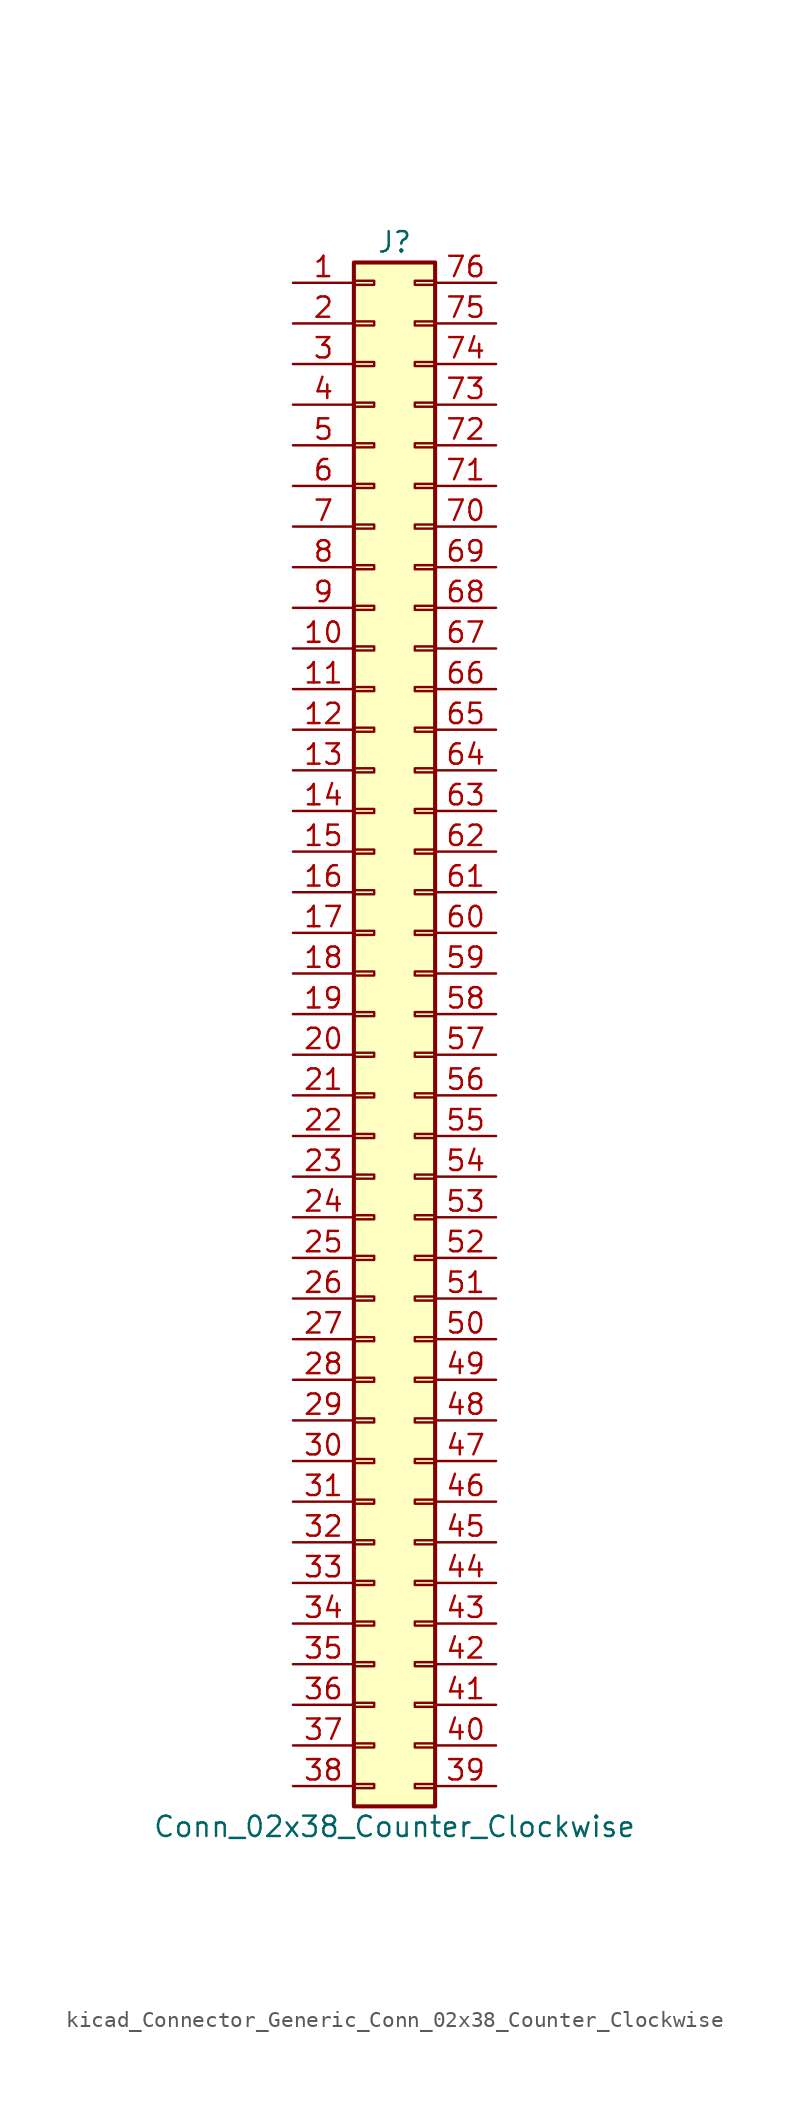
<source format=kicad_sym>
(kicad_symbol_lib
  (version 20220914)
  (generator kicad_symbol_editor)
  (symbol "kicad_Connector_Generic_Conn_02x38_Counter_Clockwise"
    (pin_names
      (offset 1.016) hide)
    (property "Reference" "J"
      (at 1.27 48.26 0)
      (effects (font (size 1.27 1.27))))
    (property "Value" "Conn_02x38_Counter_Clockwise"
      (at 1.27 -50.8 0)
      (effects (font (size 1.27 1.27))))
    (symbol "kicad_Connector_Generic_Conn_02x38_Counter_Clockwise_1_1"
      (rectangle (start -1.27 -48.133) (end 0 -48.387) (stroke (width 0.152) (type default)) (fill (type none)))
      (rectangle (start -1.27 -45.593) (end 0 -45.847) (stroke (width 0.152) (type default)) (fill (type none)))
      (rectangle (start -1.27 -43.053) (end 0 -43.307) (stroke (width 0.152) (type default)) (fill (type none)))
      (rectangle (start -1.27 -40.513) (end 0 -40.767) (stroke (width 0.152) (type default)) (fill (type none)))
      (rectangle (start -1.27 -37.973) (end 0 -38.227) (stroke (width 0.152) (type default)) (fill (type none)))
      (rectangle (start -1.27 -35.433) (end 0 -35.687) (stroke (width 0.152) (type default)) (fill (type none)))
      (rectangle (start -1.27 -32.893) (end 0 -33.147) (stroke (width 0.152) (type default)) (fill (type none)))
      (rectangle (start -1.27 -30.353) (end 0 -30.607) (stroke (width 0.152) (type default)) (fill (type none)))
      (rectangle (start -1.27 -27.813) (end 0 -28.067) (stroke (width 0.152) (type default)) (fill (type none)))
      (rectangle (start -1.27 -25.273) (end 0 -25.527) (stroke (width 0.152) (type default)) (fill (type none)))
      (rectangle (start -1.27 -22.733) (end 0 -22.987) (stroke (width 0.152) (type default)) (fill (type none)))
      (rectangle (start -1.27 -20.193) (end 0 -20.447) (stroke (width 0.152) (type default)) (fill (type none)))
      (rectangle (start -1.27 -17.653) (end 0 -17.907) (stroke (width 0.152) (type default)) (fill (type none)))
      (rectangle (start -1.27 -15.113) (end 0 -15.367) (stroke (width 0.152) (type default)) (fill (type none)))
      (rectangle (start -1.27 -12.573) (end 0 -12.827) (stroke (width 0.152) (type default)) (fill (type none)))
      (rectangle (start -1.27 -10.033) (end 0 -10.287) (stroke (width 0.152) (type default)) (fill (type none)))
      (rectangle (start -1.27 -7.493) (end 0 -7.747) (stroke (width 0.152) (type default)) (fill (type none)))
      (rectangle (start -1.27 -4.953) (end 0 -5.207) (stroke (width 0.152) (type default)) (fill (type none)))
      (rectangle (start -1.27 -2.413) (end 0 -2.667) (stroke (width 0.152) (type default)) (fill (type none)))
      (rectangle (start -1.27 0.127) (end 0 -0.127) (stroke (width 0.152) (type default)) (fill (type none)))
      (rectangle (start -1.27 2.667) (end 0 2.413) (stroke (width 0.152) (type default)) (fill (type none)))
      (rectangle (start -1.27 5.207) (end 0 4.953) (stroke (width 0.152) (type default)) (fill (type none)))
      (rectangle (start -1.27 7.747) (end 0 7.493) (stroke (width 0.152) (type default)) (fill (type none)))
      (rectangle (start -1.27 10.287) (end 0 10.033) (stroke (width 0.152) (type default)) (fill (type none)))
      (rectangle (start -1.27 12.827) (end 0 12.573) (stroke (width 0.152) (type default)) (fill (type none)))
      (rectangle (start -1.27 15.367) (end 0 15.113) (stroke (width 0.152) (type default)) (fill (type none)))
      (rectangle (start -1.27 17.907) (end 0 17.653) (stroke (width 0.152) (type default)) (fill (type none)))
      (rectangle (start -1.27 20.447) (end 0 20.193) (stroke (width 0.152) (type default)) (fill (type none)))
      (rectangle (start -1.27 22.987) (end 0 22.733) (stroke (width 0.152) (type default)) (fill (type none)))
      (rectangle (start -1.27 25.527) (end 0 25.273) (stroke (width 0.152) (type default)) (fill (type none)))
      (rectangle (start -1.27 28.067) (end 0 27.813) (stroke (width 0.152) (type default)) (fill (type none)))
      (rectangle (start -1.27 30.607) (end 0 30.353) (stroke (width 0.152) (type default)) (fill (type none)))
      (rectangle (start -1.27 33.147) (end 0 32.893) (stroke (width 0.152) (type default)) (fill (type none)))
      (rectangle (start -1.27 35.687) (end 0 35.433) (stroke (width 0.152) (type default)) (fill (type none)))
      (rectangle (start -1.27 38.227) (end 0 37.973) (stroke (width 0.152) (type default)) (fill (type none)))
      (rectangle (start -1.27 40.767) (end 0 40.513) (stroke (width 0.152) (type default)) (fill (type none)))
      (rectangle (start -1.27 43.307) (end 0 43.053) (stroke (width 0.152) (type default)) (fill (type none)))
      (rectangle (start -1.27 45.847) (end 0 45.593) (stroke (width 0.152) (type default)) (fill (type none)))
      (rectangle (start -1.27 46.99) (end 3.81 -49.53) (stroke (width 0.254) (type default)) (fill (type background)))
      (rectangle (start 3.81 -48.133) (end 2.54 -48.387) (stroke (width 0.152) (type default)) (fill (type none)))
      (rectangle (start 3.81 -45.593) (end 2.54 -45.847) (stroke (width 0.152) (type default)) (fill (type none)))
      (rectangle (start 3.81 -43.053) (end 2.54 -43.307) (stroke (width 0.152) (type default)) (fill (type none)))
      (rectangle (start 3.81 -40.513) (end 2.54 -40.767) (stroke (width 0.152) (type default)) (fill (type none)))
      (rectangle (start 3.81 -37.973) (end 2.54 -38.227) (stroke (width 0.152) (type default)) (fill (type none)))
      (rectangle (start 3.81 -35.433) (end 2.54 -35.687) (stroke (width 0.152) (type default)) (fill (type none)))
      (rectangle (start 3.81 -32.893) (end 2.54 -33.147) (stroke (width 0.152) (type default)) (fill (type none)))
      (rectangle (start 3.81 -30.353) (end 2.54 -30.607) (stroke (width 0.152) (type default)) (fill (type none)))
      (rectangle (start 3.81 -27.813) (end 2.54 -28.067) (stroke (width 0.152) (type default)) (fill (type none)))
      (rectangle (start 3.81 -25.273) (end 2.54 -25.527) (stroke (width 0.152) (type default)) (fill (type none)))
      (rectangle (start 3.81 -22.733) (end 2.54 -22.987) (stroke (width 0.152) (type default)) (fill (type none)))
      (rectangle (start 3.81 -20.193) (end 2.54 -20.447) (stroke (width 0.152) (type default)) (fill (type none)))
      (rectangle (start 3.81 -17.653) (end 2.54 -17.907) (stroke (width 0.152) (type default)) (fill (type none)))
      (rectangle (start 3.81 -15.113) (end 2.54 -15.367) (stroke (width 0.152) (type default)) (fill (type none)))
      (rectangle (start 3.81 -12.573) (end 2.54 -12.827) (stroke (width 0.152) (type default)) (fill (type none)))
      (rectangle (start 3.81 -10.033) (end 2.54 -10.287) (stroke (width 0.152) (type default)) (fill (type none)))
      (rectangle (start 3.81 -7.493) (end 2.54 -7.747) (stroke (width 0.152) (type default)) (fill (type none)))
      (rectangle (start 3.81 -4.953) (end 2.54 -5.207) (stroke (width 0.152) (type default)) (fill (type none)))
      (rectangle (start 3.81 -2.413) (end 2.54 -2.667) (stroke (width 0.152) (type default)) (fill (type none)))
      (rectangle (start 3.81 0.127) (end 2.54 -0.127) (stroke (width 0.152) (type default)) (fill (type none)))
      (rectangle (start 3.81 2.667) (end 2.54 2.413) (stroke (width 0.152) (type default)) (fill (type none)))
      (rectangle (start 3.81 5.207) (end 2.54 4.953) (stroke (width 0.152) (type default)) (fill (type none)))
      (rectangle (start 3.81 7.747) (end 2.54 7.493) (stroke (width 0.152) (type default)) (fill (type none)))
      (rectangle (start 3.81 10.287) (end 2.54 10.033) (stroke (width 0.152) (type default)) (fill (type none)))
      (rectangle (start 3.81 12.827) (end 2.54 12.573) (stroke (width 0.152) (type default)) (fill (type none)))
      (rectangle (start 3.81 15.367) (end 2.54 15.113) (stroke (width 0.152) (type default)) (fill (type none)))
      (rectangle (start 3.81 17.907) (end 2.54 17.653) (stroke (width 0.152) (type default)) (fill (type none)))
      (rectangle (start 3.81 20.447) (end 2.54 20.193) (stroke (width 0.152) (type default)) (fill (type none)))
      (rectangle (start 3.81 22.987) (end 2.54 22.733) (stroke (width 0.152) (type default)) (fill (type none)))
      (rectangle (start 3.81 25.527) (end 2.54 25.273) (stroke (width 0.152) (type default)) (fill (type none)))
      (rectangle (start 3.81 28.067) (end 2.54 27.813) (stroke (width 0.152) (type default)) (fill (type none)))
      (rectangle (start 3.81 30.607) (end 2.54 30.353) (stroke (width 0.152) (type default)) (fill (type none)))
      (rectangle (start 3.81 33.147) (end 2.54 32.893) (stroke (width 0.152) (type default)) (fill (type none)))
      (rectangle (start 3.81 35.687) (end 2.54 35.433) (stroke (width 0.152) (type default)) (fill (type none)))
      (rectangle (start 3.81 38.227) (end 2.54 37.973) (stroke (width 0.152) (type default)) (fill (type none)))
      (rectangle (start 3.81 40.767) (end 2.54 40.513) (stroke (width 0.152) (type default)) (fill (type none)))
      (rectangle (start 3.81 43.307) (end 2.54 43.053) (stroke (width 0.152) (type default)) (fill (type none)))
      (rectangle (start 3.81 45.847) (end 2.54 45.593) (stroke (width 0.152) (type default)) (fill (type none)))
      (pin passive line (at -5.08 45.72 0) (length 3.81) (name "Pin_1" (effects (font (size 1.27 1.27)))) (number "1" (effects (font (size 1.27 1.27)))))
      (pin passive line (at -5.08 22.86 0) (length 3.81) (name "Pin_10" (effects (font (size 1.27 1.27)))) (number "10" (effects (font (size 1.27 1.27)))))
      (pin passive line (at -5.08 20.32 0) (length 3.81) (name "Pin_11" (effects (font (size 1.27 1.27)))) (number "11" (effects (font (size 1.27 1.27)))))
      (pin passive line (at -5.08 17.78 0) (length 3.81) (name "Pin_12" (effects (font (size 1.27 1.27)))) (number "12" (effects (font (size 1.27 1.27)))))
      (pin passive line (at -5.08 15.24 0) (length 3.81) (name "Pin_13" (effects (font (size 1.27 1.27)))) (number "13" (effects (font (size 1.27 1.27)))))
      (pin passive line (at -5.08 12.7 0) (length 3.81) (name "Pin_14" (effects (font (size 1.27 1.27)))) (number "14" (effects (font (size 1.27 1.27)))))
      (pin passive line (at -5.08 10.16 0) (length 3.81) (name "Pin_15" (effects (font (size 1.27 1.27)))) (number "15" (effects (font (size 1.27 1.27)))))
      (pin passive line (at -5.08 7.62 0) (length 3.81) (name "Pin_16" (effects (font (size 1.27 1.27)))) (number "16" (effects (font (size 1.27 1.27)))))
      (pin passive line (at -5.08 5.08 0) (length 3.81) (name "Pin_17" (effects (font (size 1.27 1.27)))) (number "17" (effects (font (size 1.27 1.27)))))
      (pin passive line (at -5.08 2.54 0) (length 3.81) (name "Pin_18" (effects (font (size 1.27 1.27)))) (number "18" (effects (font (size 1.27 1.27)))))
      (pin passive line (at -5.08 0 0) (length 3.81) (name "Pin_19" (effects (font (size 1.27 1.27)))) (number "19" (effects (font (size 1.27 1.27)))))
      (pin passive line (at -5.08 43.18 0) (length 3.81) (name "Pin_2" (effects (font (size 1.27 1.27)))) (number "2" (effects (font (size 1.27 1.27)))))
      (pin passive line (at -5.08 -2.54 0) (length 3.81) (name "Pin_20" (effects (font (size 1.27 1.27)))) (number "20" (effects (font (size 1.27 1.27)))))
      (pin passive line (at -5.08 -5.08 0) (length 3.81) (name "Pin_21" (effects (font (size 1.27 1.27)))) (number "21" (effects (font (size 1.27 1.27)))))
      (pin passive line (at -5.08 -7.62 0) (length 3.81) (name "Pin_22" (effects (font (size 1.27 1.27)))) (number "22" (effects (font (size 1.27 1.27)))))
      (pin passive line (at -5.08 -10.16 0) (length 3.81) (name "Pin_23" (effects (font (size 1.27 1.27)))) (number "23" (effects (font (size 1.27 1.27)))))
      (pin passive line (at -5.08 -12.7 0) (length 3.81) (name "Pin_24" (effects (font (size 1.27 1.27)))) (number "24" (effects (font (size 1.27 1.27)))))
      (pin passive line (at -5.08 -15.24 0) (length 3.81) (name "Pin_25" (effects (font (size 1.27 1.27)))) (number "25" (effects (font (size 1.27 1.27)))))
      (pin passive line (at -5.08 -17.78 0) (length 3.81) (name "Pin_26" (effects (font (size 1.27 1.27)))) (number "26" (effects (font (size 1.27 1.27)))))
      (pin passive line (at -5.08 -20.32 0) (length 3.81) (name "Pin_27" (effects (font (size 1.27 1.27)))) (number "27" (effects (font (size 1.27 1.27)))))
      (pin passive line (at -5.08 -22.86 0) (length 3.81) (name "Pin_28" (effects (font (size 1.27 1.27)))) (number "28" (effects (font (size 1.27 1.27)))))
      (pin passive line (at -5.08 -25.4 0) (length 3.81) (name "Pin_29" (effects (font (size 1.27 1.27)))) (number "29" (effects (font (size 1.27 1.27)))))
      (pin passive line (at -5.08 40.64 0) (length 3.81) (name "Pin_3" (effects (font (size 1.27 1.27)))) (number "3" (effects (font (size 1.27 1.27)))))
      (pin passive line (at -5.08 -27.94 0) (length 3.81) (name "Pin_30" (effects (font (size 1.27 1.27)))) (number "30" (effects (font (size 1.27 1.27)))))
      (pin passive line (at -5.08 -30.48 0) (length 3.81) (name "Pin_31" (effects (font (size 1.27 1.27)))) (number "31" (effects (font (size 1.27 1.27)))))
      (pin passive line (at -5.08 -33.02 0) (length 3.81) (name "Pin_32" (effects (font (size 1.27 1.27)))) (number "32" (effects (font (size 1.27 1.27)))))
      (pin passive line (at -5.08 -35.56 0) (length 3.81) (name "Pin_33" (effects (font (size 1.27 1.27)))) (number "33" (effects (font (size 1.27 1.27)))))
      (pin passive line (at -5.08 -38.1 0) (length 3.81) (name "Pin_34" (effects (font (size 1.27 1.27)))) (number "34" (effects (font (size 1.27 1.27)))))
      (pin passive line (at -5.08 -40.64 0) (length 3.81) (name "Pin_35" (effects (font (size 1.27 1.27)))) (number "35" (effects (font (size 1.27 1.27)))))
      (pin passive line (at -5.08 -43.18 0) (length 3.81) (name "Pin_36" (effects (font (size 1.27 1.27)))) (number "36" (effects (font (size 1.27 1.27)))))
      (pin passive line (at -5.08 -45.72 0) (length 3.81) (name "Pin_37" (effects (font (size 1.27 1.27)))) (number "37" (effects (font (size 1.27 1.27)))))
      (pin passive line (at -5.08 -48.26 0) (length 3.81) (name "Pin_38" (effects (font (size 1.27 1.27)))) (number "38" (effects (font (size 1.27 1.27)))))
      (pin passive line (at 7.62 -48.26 180) (length 3.81) (name "Pin_39" (effects (font (size 1.27 1.27)))) (number "39" (effects (font (size 1.27 1.27)))))
      (pin passive line (at -5.08 38.1 0) (length 3.81) (name "Pin_4" (effects (font (size 1.27 1.27)))) (number "4" (effects (font (size 1.27 1.27)))))
      (pin passive line (at 7.62 -45.72 180) (length 3.81) (name "Pin_40" (effects (font (size 1.27 1.27)))) (number "40" (effects (font (size 1.27 1.27)))))
      (pin passive line (at 7.62 -43.18 180) (length 3.81) (name "Pin_41" (effects (font (size 1.27 1.27)))) (number "41" (effects (font (size 1.27 1.27)))))
      (pin passive line (at 7.62 -40.64 180) (length 3.81) (name "Pin_42" (effects (font (size 1.27 1.27)))) (number "42" (effects (font (size 1.27 1.27)))))
      (pin passive line (at 7.62 -38.1 180) (length 3.81) (name "Pin_43" (effects (font (size 1.27 1.27)))) (number "43" (effects (font (size 1.27 1.27)))))
      (pin passive line (at 7.62 -35.56 180) (length 3.81) (name "Pin_44" (effects (font (size 1.27 1.27)))) (number "44" (effects (font (size 1.27 1.27)))))
      (pin passive line (at 7.62 -33.02 180) (length 3.81) (name "Pin_45" (effects (font (size 1.27 1.27)))) (number "45" (effects (font (size 1.27 1.27)))))
      (pin passive line (at 7.62 -30.48 180) (length 3.81) (name "Pin_46" (effects (font (size 1.27 1.27)))) (number "46" (effects (font (size 1.27 1.27)))))
      (pin passive line (at 7.62 -27.94 180) (length 3.81) (name "Pin_47" (effects (font (size 1.27 1.27)))) (number "47" (effects (font (size 1.27 1.27)))))
      (pin passive line (at 7.62 -25.4 180) (length 3.81) (name "Pin_48" (effects (font (size 1.27 1.27)))) (number "48" (effects (font (size 1.27 1.27)))))
      (pin passive line (at 7.62 -22.86 180) (length 3.81) (name "Pin_49" (effects (font (size 1.27 1.27)))) (number "49" (effects (font (size 1.27 1.27)))))
      (pin passive line (at -5.08 35.56 0) (length 3.81) (name "Pin_5" (effects (font (size 1.27 1.27)))) (number "5" (effects (font (size 1.27 1.27)))))
      (pin passive line (at 7.62 -20.32 180) (length 3.81) (name "Pin_50" (effects (font (size 1.27 1.27)))) (number "50" (effects (font (size 1.27 1.27)))))
      (pin passive line (at 7.62 -17.78 180) (length 3.81) (name "Pin_51" (effects (font (size 1.27 1.27)))) (number "51" (effects (font (size 1.27 1.27)))))
      (pin passive line (at 7.62 -15.24 180) (length 3.81) (name "Pin_52" (effects (font (size 1.27 1.27)))) (number "52" (effects (font (size 1.27 1.27)))))
      (pin passive line (at 7.62 -12.7 180) (length 3.81) (name "Pin_53" (effects (font (size 1.27 1.27)))) (number "53" (effects (font (size 1.27 1.27)))))
      (pin passive line (at 7.62 -10.16 180) (length 3.81) (name "Pin_54" (effects (font (size 1.27 1.27)))) (number "54" (effects (font (size 1.27 1.27)))))
      (pin passive line (at 7.62 -7.62 180) (length 3.81) (name "Pin_55" (effects (font (size 1.27 1.27)))) (number "55" (effects (font (size 1.27 1.27)))))
      (pin passive line (at 7.62 -5.08 180) (length 3.81) (name "Pin_56" (effects (font (size 1.27 1.27)))) (number "56" (effects (font (size 1.27 1.27)))))
      (pin passive line (at 7.62 -2.54 180) (length 3.81) (name "Pin_57" (effects (font (size 1.27 1.27)))) (number "57" (effects (font (size 1.27 1.27)))))
      (pin passive line (at 7.62 0 180) (length 3.81) (name "Pin_58" (effects (font (size 1.27 1.27)))) (number "58" (effects (font (size 1.27 1.27)))))
      (pin passive line (at 7.62 2.54 180) (length 3.81) (name "Pin_59" (effects (font (size 1.27 1.27)))) (number "59" (effects (font (size 1.27 1.27)))))
      (pin passive line (at -5.08 33.02 0) (length 3.81) (name "Pin_6" (effects (font (size 1.27 1.27)))) (number "6" (effects (font (size 1.27 1.27)))))
      (pin passive line (at 7.62 5.08 180) (length 3.81) (name "Pin_60" (effects (font (size 1.27 1.27)))) (number "60" (effects (font (size 1.27 1.27)))))
      (pin passive line (at 7.62 7.62 180) (length 3.81) (name "Pin_61" (effects (font (size 1.27 1.27)))) (number "61" (effects (font (size 1.27 1.27)))))
      (pin passive line (at 7.62 10.16 180) (length 3.81) (name "Pin_62" (effects (font (size 1.27 1.27)))) (number "62" (effects (font (size 1.27 1.27)))))
      (pin passive line (at 7.62 12.7 180) (length 3.81) (name "Pin_63" (effects (font (size 1.27 1.27)))) (number "63" (effects (font (size 1.27 1.27)))))
      (pin passive line (at 7.62 15.24 180) (length 3.81) (name "Pin_64" (effects (font (size 1.27 1.27)))) (number "64" (effects (font (size 1.27 1.27)))))
      (pin passive line (at 7.62 17.78 180) (length 3.81) (name "Pin_65" (effects (font (size 1.27 1.27)))) (number "65" (effects (font (size 1.27 1.27)))))
      (pin passive line (at 7.62 20.32 180) (length 3.81) (name "Pin_66" (effects (font (size 1.27 1.27)))) (number "66" (effects (font (size 1.27 1.27)))))
      (pin passive line (at 7.62 22.86 180) (length 3.81) (name "Pin_67" (effects (font (size 1.27 1.27)))) (number "67" (effects (font (size 1.27 1.27)))))
      (pin passive line (at 7.62 25.4 180) (length 3.81) (name "Pin_68" (effects (font (size 1.27 1.27)))) (number "68" (effects (font (size 1.27 1.27)))))
      (pin passive line (at 7.62 27.94 180) (length 3.81) (name "Pin_69" (effects (font (size 1.27 1.27)))) (number "69" (effects (font (size 1.27 1.27)))))
      (pin passive line (at -5.08 30.48 0) (length 3.81) (name "Pin_7" (effects (font (size 1.27 1.27)))) (number "7" (effects (font (size 1.27 1.27)))))
      (pin passive line (at 7.62 30.48 180) (length 3.81) (name "Pin_70" (effects (font (size 1.27 1.27)))) (number "70" (effects (font (size 1.27 1.27)))))
      (pin passive line (at 7.62 33.02 180) (length 3.81) (name "Pin_71" (effects (font (size 1.27 1.27)))) (number "71" (effects (font (size 1.27 1.27)))))
      (pin passive line (at 7.62 35.56 180) (length 3.81) (name "Pin_72" (effects (font (size 1.27 1.27)))) (number "72" (effects (font (size 1.27 1.27)))))
      (pin passive line (at 7.62 38.1 180) (length 3.81) (name "Pin_73" (effects (font (size 1.27 1.27)))) (number "73" (effects (font (size 1.27 1.27)))))
      (pin passive line (at 7.62 40.64 180) (length 3.81) (name "Pin_74" (effects (font (size 1.27 1.27)))) (number "74" (effects (font (size 1.27 1.27)))))
      (pin passive line (at 7.62 43.18 180) (length 3.81) (name "Pin_75" (effects (font (size 1.27 1.27)))) (number "75" (effects (font (size 1.27 1.27)))))
      (pin passive line (at 7.62 45.72 180) (length 3.81) (name "Pin_76" (effects (font (size 1.27 1.27)))) (number "76" (effects (font (size 1.27 1.27)))))
      (pin passive line (at -5.08 27.94 0) (length 3.81) (name "Pin_8" (effects (font (size 1.27 1.27)))) (number "8" (effects (font (size 1.27 1.27)))))
      (pin passive line (at -5.08 25.4 0) (length 3.81) (name "Pin_9" (effects (font (size 1.27 1.27)))) (number "9" (effects (font (size 1.27 1.27))))))))
</source>
